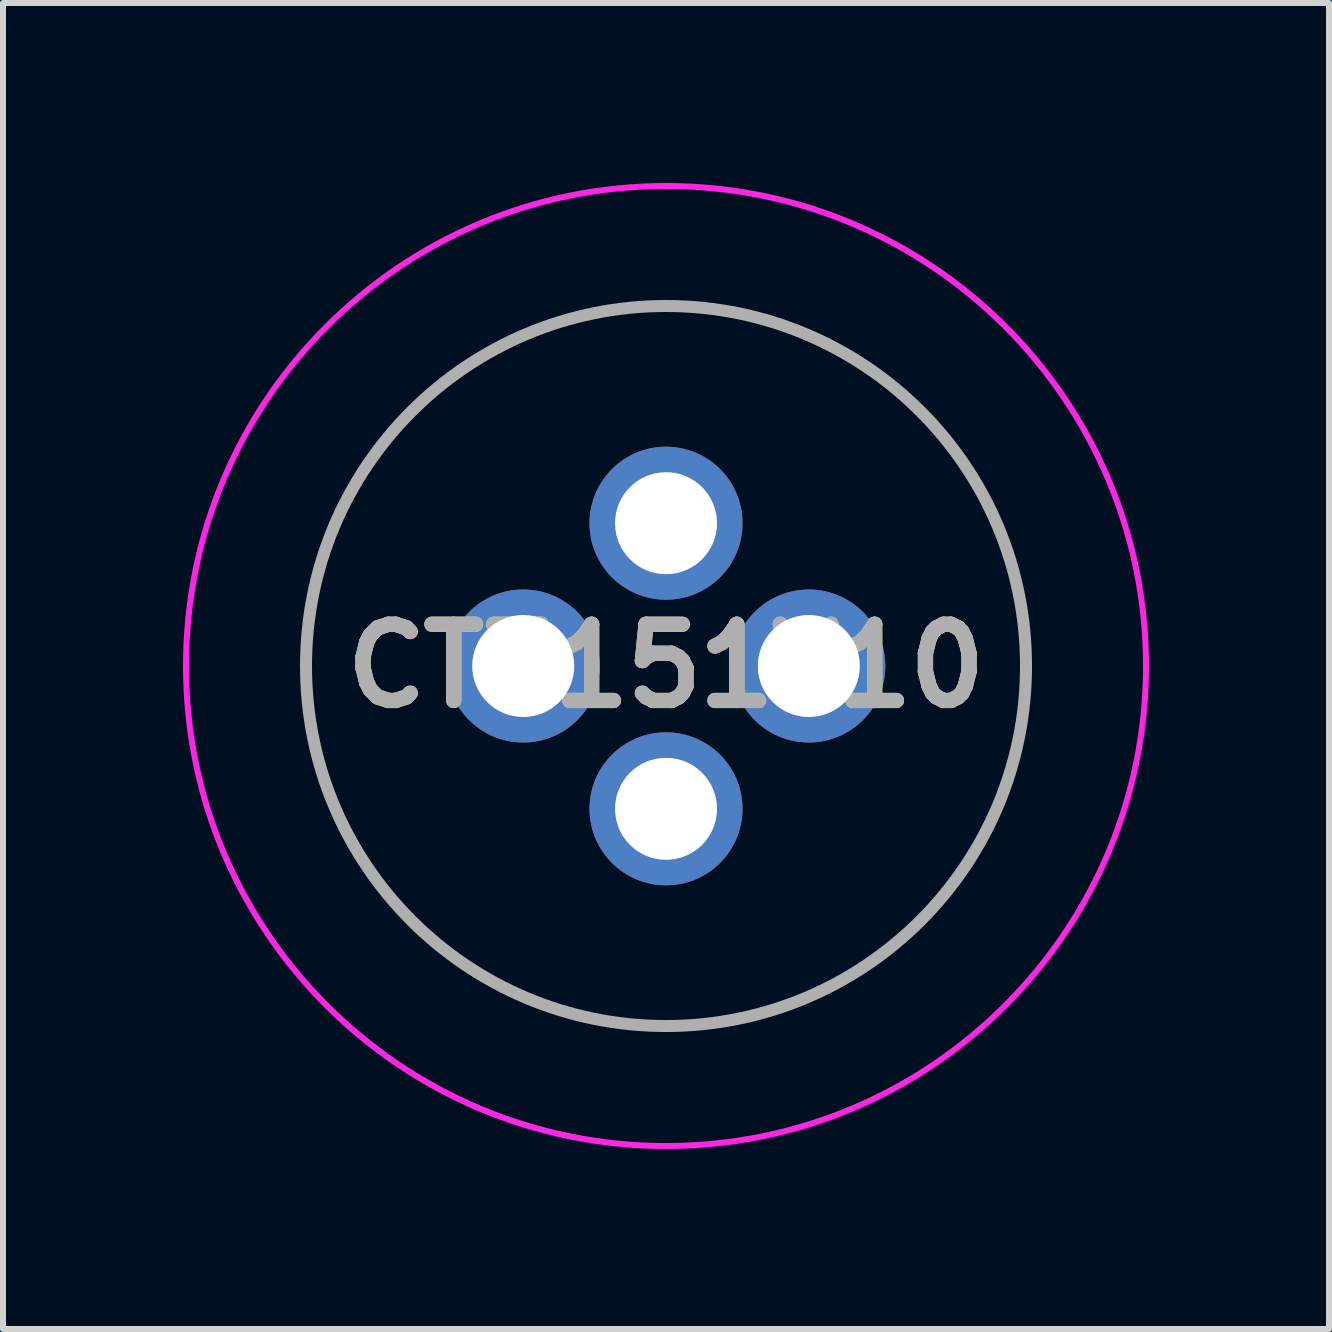
<source format=kicad_pcb>
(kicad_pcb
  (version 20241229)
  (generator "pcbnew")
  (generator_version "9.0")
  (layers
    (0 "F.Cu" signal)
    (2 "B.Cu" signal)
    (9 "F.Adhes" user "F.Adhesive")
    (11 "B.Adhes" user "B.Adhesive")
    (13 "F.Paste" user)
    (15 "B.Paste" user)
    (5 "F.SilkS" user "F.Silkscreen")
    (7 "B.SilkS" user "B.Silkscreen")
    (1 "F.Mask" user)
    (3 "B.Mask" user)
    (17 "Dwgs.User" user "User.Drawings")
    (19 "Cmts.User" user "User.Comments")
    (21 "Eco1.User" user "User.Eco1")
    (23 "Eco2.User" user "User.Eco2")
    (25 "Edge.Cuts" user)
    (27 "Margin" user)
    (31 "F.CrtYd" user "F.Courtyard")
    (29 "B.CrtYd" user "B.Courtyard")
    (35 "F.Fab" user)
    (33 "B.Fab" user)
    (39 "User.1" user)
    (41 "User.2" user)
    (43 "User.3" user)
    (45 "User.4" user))
  (footprint "CT3151V10"
    (layer "F.Cu")
    (at 8.05 8.05)
    (property "Reference" "CT3151V10" (at 0 0 0) (layer "F.SilkS") (effects (font (size 1.27 1.27) (thickness 0.254))))
    (attr through_hole)
    (fp_line (start -6 0) (end -6 0) (stroke (width 0.1) (type solid)) (layer "F.SilkS"))
    (fp_line (start 6 0) (end 6 0) (stroke (width 0.1) (type solid)) (layer "F.SilkS"))
    (fp_arc (start -6 0) (mid 0 -6) (end 6 0) (stroke (width 0.1) (type solid)) (layer "F.SilkS"))
    (fp_arc (start 6 0) (mid 0 6) (end -6 0) (stroke (width 0.1) (type solid)) (layer "F.SilkS"))
    (fp_line (start -8 0) (end -8 0) (stroke (width 0.1) (type solid)) (layer "F.CrtYd"))
    (fp_line (start 8 0) (end 8 0) (stroke (width 0.1) (type solid)) (layer "F.CrtYd"))
    (fp_arc (start -8 0) (mid 0 -8) (end 8 0) (stroke (width 0.1) (type solid)) (layer "F.CrtYd"))
    (fp_arc (start 8 0) (mid 0 8) (end -8 0) (stroke (width 0.1) (type solid)) (layer "F.CrtYd"))
    (fp_line (start -6 0) (end -6 0) (stroke (width 0.2) (type solid)) (layer "F.Fab"))
    (fp_line (start 6 0) (end 6 0) (stroke (width 0.2) (type solid)) (layer "F.Fab"))
    (fp_arc (start -6 0) (mid 0 -6) (end 6 0) (stroke (width 0.2) (type solid)) (layer "F.Fab"))
    (fp_arc (start 6 0) (mid 0 6) (end -6 0) (stroke (width 0.2) (type solid)) (layer "F.Fab"))
    (fp_text user "${REFERENCE}" (at 0 0 0) (layer "F.Fab") (effects (font (size 1.27 1.27) (thickness 0.254))))
    (pad "1" thru_hole circle (at 0 2.38) (size 2.55 2.55) (drill 1.7) (layers "*.Cu" "*.Mask"))
    (pad "2" thru_hole circle (at 0 -2.38) (size 2.55 2.55) (drill 1.7) (layers "*.Cu" "*.Mask"))
    (pad "3" thru_hole circle (at -2.38 0) (size 2.55 2.55) (drill 1.7) (layers "*.Cu" "*.Mask"))
    (pad "4" thru_hole circle (at 2.38 0) (size 2.55 2.55) (drill 1.7) (layers "*.Cu" "*.Mask")))
  (gr_rect
    (start -3 -3)
    (end 19.1 19.1)
    (stroke (width 0.1) (type default))
    (fill no)
    (layer "Edge.Cuts")))
</source>
